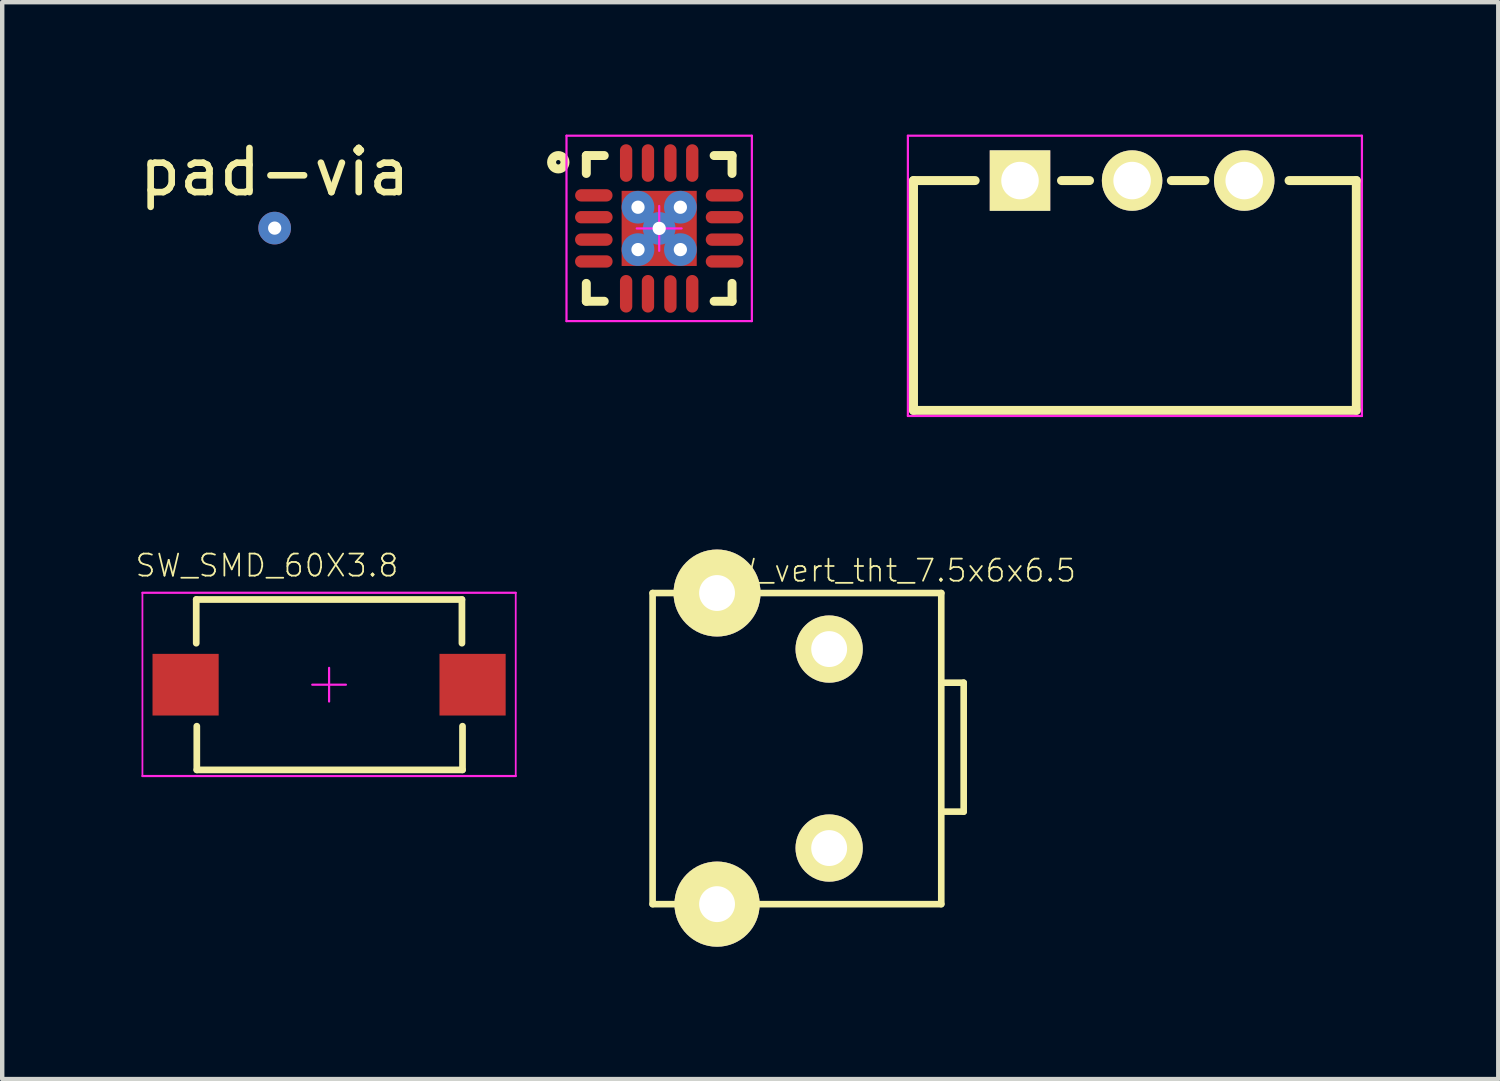
<source format=kicad_pcb>
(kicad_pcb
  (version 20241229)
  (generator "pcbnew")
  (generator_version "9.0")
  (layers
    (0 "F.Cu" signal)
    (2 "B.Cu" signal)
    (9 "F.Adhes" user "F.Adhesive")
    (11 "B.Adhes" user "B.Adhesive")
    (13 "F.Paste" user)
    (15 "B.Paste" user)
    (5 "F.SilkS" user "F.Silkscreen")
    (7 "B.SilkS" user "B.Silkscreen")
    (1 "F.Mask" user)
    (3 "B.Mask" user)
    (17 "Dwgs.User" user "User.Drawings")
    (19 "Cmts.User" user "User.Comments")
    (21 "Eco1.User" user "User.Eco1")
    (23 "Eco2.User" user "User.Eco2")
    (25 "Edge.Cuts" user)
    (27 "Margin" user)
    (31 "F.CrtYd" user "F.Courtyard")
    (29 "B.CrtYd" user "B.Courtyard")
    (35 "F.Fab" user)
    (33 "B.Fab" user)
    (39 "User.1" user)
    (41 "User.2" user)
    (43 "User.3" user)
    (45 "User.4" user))
  (footprint "SW_SMD_60X3.8"
    (layer "F.Cu")
    (at 4.406 12.463)
    (property "Reference" "SW_SMD_60X3.8" (at -1.408 -2.7 0) (layer "F.SilkS") (effects (font (size 0.5 0.5) (thickness 0.04))))
    (attr smd)
    (fp_line (start -3.01 -1.93) (end -3.01 -0.94) (stroke (width 0.152) (type solid)) (layer "F.SilkS"))
    (fp_line (start -3.01 -1.93) (end 3.01 -1.93) (stroke (width 0.152) (type solid)) (layer "F.SilkS"))
    (fp_line (start -2.997 0.94) (end -2.997 1.93) (stroke (width 0.152) (type solid)) (layer "F.SilkS"))
    (fp_line (start -2.997 1.93) (end 3.023 1.93) (stroke (width 0.152) (type solid)) (layer "F.SilkS"))
    (fp_line (start 3.01 -1.93) (end 3.01 -0.94) (stroke (width 0.152) (type solid)) (layer "F.SilkS"))
    (fp_line (start 3.023 0.94) (end 3.023 1.93) (stroke (width 0.152) (type solid)) (layer "F.SilkS"))
    (fp_line (start -4.229 -2.083) (end -4.229 2.07) (stroke (width 0.04) (type solid)) (layer "F.CrtYd"))
    (fp_line (start -4.229 -2.083) (end 4.229 -2.083) (stroke (width 0.05) (type solid)) (layer "F.CrtYd"))
    (fp_line (start -4.229 2.07) (end 4.229 2.07) (stroke (width 0.05) (type solid)) (layer "F.CrtYd"))
    (fp_line (start -0.381 0) (end 0.381 0) (stroke (width 0.05) (type solid)) (layer "F.CrtYd"))
    (fp_line (start 0 -0.381) (end 0 0.381) (stroke (width 0.05) (type solid)) (layer "F.CrtYd"))
    (fp_line (start 4.229 -2.083) (end 4.229 2.07) (stroke (width 0.04) (type solid)) (layer "F.CrtYd"))
    (pad "1" smd rect (at -3.251 0) (size 1.499 1.397) (layers "F.Cu" "F.Mask" "F.Paste"))
    (pad "2" smd rect (at 3.251 0) (size 1.499 1.397) (layers "F.Cu" "F.Mask" "F.Paste")))
  (footprint "SW_vert_tht_7.5x6x6.5"
    (layer "F.Cu")
    (at 15.736 11.656)
    (property "Reference" "SW_vert_tht_7.5x6x6.5" (at 1.46 -1.778 0) (layer "F.SilkS") (effects (font (size 0.5 0.5) (thickness 0.04))))
    (attr through_hole)
    (fp_line (start -4 -1.27) (end 2.54 -1.27) (stroke (width 0.15) (type solid)) (layer "F.SilkS"))
    (fp_line (start -4 5.779) (end -4 -1.27) (stroke (width 0.15) (type solid)) (layer "F.SilkS"))
    (fp_line (start -4 5.779) (end 2.54 5.779) (stroke (width 0.15) (type solid)) (layer "F.SilkS"))
    (fp_line (start 2.54 -1.27) (end 2.54 5.779) (stroke (width 0.15) (type solid)) (layer "F.SilkS"))
    (fp_line (start 2.54 0.762) (end 3.048 0.762) (stroke (width 0.15) (type solid)) (layer "F.SilkS"))
    (fp_line (start 3.048 0.762) (end 3.048 3.683) (stroke (width 0.15) (type solid)) (layer "F.SilkS"))
    (fp_line (start 3.048 3.683) (end 2.54 3.683) (stroke (width 0.15) (type solid)) (layer "F.SilkS"))
    (pad "1" thru_hole circle (at 0 0) (size 1.524 1.524) (drill 0.813) (layers "*.Cu" "*.Mask" "F.SilkS"))
    (pad "2" thru_hole circle (at 0 4.508) (size 1.524 1.524) (drill 0.813) (layers "*.Cu" "*.Mask" "F.SilkS"))
    (pad "3" thru_hole circle (at -2.54 -1.27) (size 1.971 1.971) (drill 0.813) (layers "*.Cu" "*.Mask" "F.SilkS"))
    (pad "3" thru_hole circle (at -2.54 5.779) (size 1.93 1.93) (drill 0.813) (layers "*.Cu" "*.Mask" "F.SilkS")))
  (footprint "slide-sw-spdt-right-angle"
    (layer "F.Cu")
    (at 22.6 1.041)
    (property "Reference" "slide-sw-spdt-right-angle" (at 0 1.905 0) (layer "Eco2.User") (effects (font (size 0.5 0.5) (thickness 0.04))))
    (attr through_hole)
    (fp_line (start -4.953 0) (end -4.953 5.207) (stroke (width 0.203) (type solid)) (layer "F.SilkS"))
    (fp_line (start -4.953 0) (end -3.556 0) (stroke (width 0.203) (type solid)) (layer "F.SilkS"))
    (fp_line (start -4.953 5.207) (end 5.08 5.207) (stroke (width 0.203) (type solid)) (layer "F.SilkS"))
    (fp_line (start -1.6 0) (end -0.965 0) (stroke (width 0.203) (type solid)) (layer "F.SilkS"))
    (fp_line (start 0.889 0) (end 1.651 0) (stroke (width 0.203) (type solid)) (layer "F.SilkS"))
    (fp_line (start 5.08 0) (end 3.556 0) (stroke (width 0.203) (type solid)) (layer "F.SilkS"))
    (fp_line (start 5.08 5.207) (end 5.08 0) (stroke (width 0.203) (type solid)) (layer "F.SilkS"))
    (fp_line (start -5.08 -1.016) (end 5.207 -1.016) (stroke (width 0.05) (type solid)) (layer "F.CrtYd"))
    (fp_line (start -5.08 5.334) (end -5.08 -1.016) (stroke (width 0.05) (type solid)) (layer "F.CrtYd"))
    (fp_line (start -0.203 0) (end 0.203 0) (stroke (width 0.05) (type solid)) (layer "F.CrtYd"))
    (fp_line (start 0 -0.203) (end 0 0.203) (stroke (width 0.05) (type solid)) (layer "F.CrtYd"))
    (fp_line (start 5.207 -1.016) (end 5.207 5.334) (stroke (width 0.05) (type solid)) (layer "F.CrtYd"))
    (fp_line (start 5.207 5.334) (end -5.08 5.334) (stroke (width 0.05) (type solid)) (layer "F.CrtYd"))
    (pad "1" thru_hole rect (at -2.54 0) (size 1.37 1.37) (drill 0.85) (layers "*.Cu" "*.Mask" "F.SilkS"))
    (pad "2" thru_hole circle (at 0 0) (size 1.37 1.37) (drill 0.85) (layers "*.Cu" "*.Mask" "F.SilkS"))
    (pad "3" thru_hole circle (at 2.54 0) (size 1.37 1.37) (drill 0.85) (layers "*.Cu" "*.Mask" "F.SilkS")))
  (footprint "pad-via"
    (layer "F.Cu")
    (at 3.173 2.118)
    (property "Reference" "pad-via" (at 0 -1.27 0) (layer "F.SilkS") (effects (font (size 1 1) (thickness 0.15))))
    (attr through_hole)
    (pad "~" thru_hole circle (at 0 0) (size 0.74 0.74) (drill 0.3) (layers "*.Cu" "*.Mask")))
  (footprint "QFN16_VIATP"
    (layer "F.Cu")
    (at 11.885 2.125)
    (property "Reference" "QFN16_VIATP" (at 0.016 -0.043 0) (layer "Eco2.User") (effects (font (size 0.5 0.5) (thickness 0.04))))
    (attr smd)
    (fp_line (start -1.651 -1.651) (end -1.651 -1.245) (stroke (width 0.203) (type solid)) (layer "F.SilkS"))
    (fp_line (start -1.651 -1.651) (end -1.245 -1.651) (stroke (width 0.203) (type solid)) (layer "F.SilkS"))
    (fp_line (start -1.651 1.245) (end -1.651 1.651) (stroke (width 0.203) (type solid)) (layer "F.SilkS"))
    (fp_line (start -1.651 1.651) (end -1.245 1.651) (stroke (width 0.203) (type solid)) (layer "F.SilkS"))
    (fp_line (start 1.245 -1.651) (end 1.651 -1.651) (stroke (width 0.203) (type solid)) (layer "F.SilkS"))
    (fp_line (start 1.245 1.651) (end 1.651 1.651) (stroke (width 0.203) (type solid)) (layer "F.SilkS"))
    (fp_line (start 1.651 -1.651) (end 1.651 -1.245) (stroke (width 0.203) (type solid)) (layer "F.SilkS"))
    (fp_line (start 1.651 1.245) (end 1.651 1.651) (stroke (width 0.203) (type solid)) (layer "F.SilkS"))
    (fp_circle (center -2.286 -1.499) (end -2.134 -1.499) (stroke (width 0.203) (type solid)) (fill no) (layer "F.SilkS"))
    (fp_line (start -2.1 -2.1) (end -2.1 2.1) (stroke (width 0.05) (type solid)) (layer "F.CrtYd"))
    (fp_line (start -2.1 -2.1) (end 2.1 -2.1) (stroke (width 0.05) (type solid)) (layer "F.CrtYd"))
    (fp_line (start -2.1 2.1) (end 2.1 2.1) (stroke (width 0.05) (type solid)) (layer "F.CrtYd"))
    (fp_line (start -0.508 0) (end 0.508 0) (stroke (width 0.05) (type solid)) (layer "F.CrtYd"))
    (fp_line (start 0 -0.508) (end 0 0.508) (stroke (width 0.05) (type solid)) (layer "F.CrtYd"))
    (fp_line (start 2.1 -2.1) (end 2.1 2.1) (stroke (width 0.05) (type solid)) (layer "F.CrtYd"))
    (pad "1" smd oval (at -1.481 -0.749) (size 0.848 0.279) (layers "F.Cu" "F.Mask" "F.Paste"))
    (pad "2" smd oval (at -1.481 -0.254) (size 0.851 0.279) (layers "F.Cu" "F.Mask" "F.Paste"))
    (pad "3" smd oval (at -1.481 0.254) (size 0.851 0.279) (layers "F.Cu" "F.Mask" "F.Paste"))
    (pad "4" smd oval (at -1.481 0.749) (size 0.851 0.279) (layers "F.Cu" "F.Mask" "F.Paste"))
    (pad "5" smd oval (at -0.749 1.481 90) (size 0.851 0.279) (layers "F.Cu" "F.Mask" "F.Paste"))
    (pad "6" smd oval (at -0.254 1.481 90) (size 0.851 0.279) (layers "F.Cu" "F.Mask" "F.Paste"))
    (pad "7" smd oval (at 0.254 1.486 90) (size 0.851 0.279) (layers "F.Cu" "F.Mask" "F.Paste"))
    (pad "8" smd oval (at 0.749 1.481 90) (size 0.851 0.279) (layers "F.Cu" "F.Mask" "F.Paste"))
    (pad "9" smd oval (at 1.481 0.749) (size 0.851 0.279) (layers "F.Cu" "F.Mask" "F.Paste"))
    (pad "10" smd oval (at 1.481 0.254) (size 0.851 0.279) (layers "F.Cu" "F.Mask" "F.Paste"))
    (pad "11" smd oval (at 1.481 -0.254) (size 0.851 0.279) (layers "F.Cu" "F.Mask" "F.Paste"))
    (pad "12" smd oval (at 1.481 -0.749) (size 0.851 0.279) (layers "F.Cu" "F.Mask" "F.Paste"))
    (pad "13" smd oval (at 0.749 -1.481 90) (size 0.851 0.279) (layers "F.Cu" "F.Mask" "F.Paste"))
    (pad "14" smd oval (at 0.254 -1.481 90) (size 0.851 0.279) (layers "F.Cu" "F.Mask" "F.Paste"))
    (pad "15" smd oval (at -0.254 -1.481 90) (size 0.851 0.279) (layers "F.Cu" "F.Mask" "F.Paste"))
    (pad "16" smd oval (at -0.749 -1.481 90) (size 0.851 0.279) (layers "F.Cu" "F.Mask" "F.Paste"))
    (pad "17" thru_hole circle (at -0.48 -0.48) (size 0.74 0.74) (drill 0.3) (layers "*.Cu" "*.Mask"))
    (pad "17" thru_hole circle (at -0.48 0.48) (size 0.74 0.74) (drill 0.3) (layers "*.Cu" "*.Mask"))
    (pad "17" thru_hole circle (at 0 0) (size 0.74 0.74) (drill 0.3) (layers "*.Cu" "*.Mask"))
    (pad "17" smd rect (at 0 0) (size 1.702 1.702) (layers "F.Cu" "F.Mask" "F.Paste"))
    (pad "17" thru_hole circle (at 0.48 -0.48) (size 0.74 0.74) (drill 0.3) (layers "*.Cu" "*.Mask"))
    (pad "17" thru_hole circle (at 0.48 0.48) (size 0.74 0.74) (drill 0.3) (layers "*.Cu" "*.Mask")))
  (gr_rect
    (start -3 -3)
    (end 30.896 21.399)
    (stroke (width 0.1) (type default))
    (fill no)
    (layer "Edge.Cuts")))
</source>
